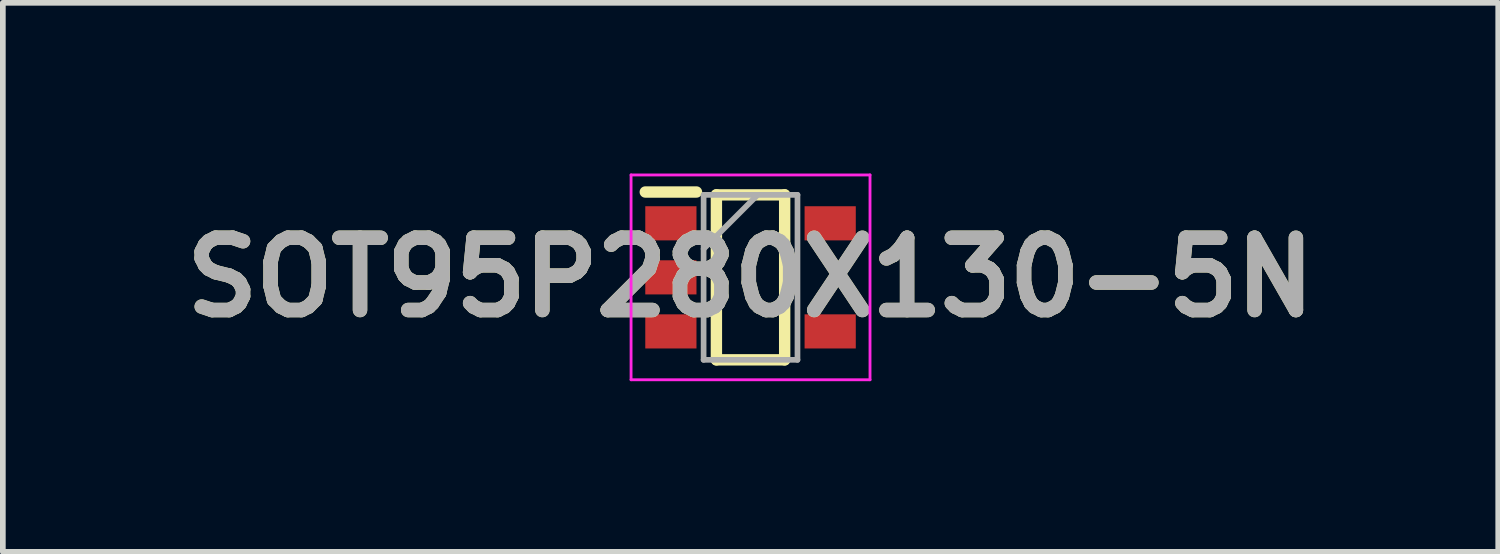
<source format=kicad_pcb>
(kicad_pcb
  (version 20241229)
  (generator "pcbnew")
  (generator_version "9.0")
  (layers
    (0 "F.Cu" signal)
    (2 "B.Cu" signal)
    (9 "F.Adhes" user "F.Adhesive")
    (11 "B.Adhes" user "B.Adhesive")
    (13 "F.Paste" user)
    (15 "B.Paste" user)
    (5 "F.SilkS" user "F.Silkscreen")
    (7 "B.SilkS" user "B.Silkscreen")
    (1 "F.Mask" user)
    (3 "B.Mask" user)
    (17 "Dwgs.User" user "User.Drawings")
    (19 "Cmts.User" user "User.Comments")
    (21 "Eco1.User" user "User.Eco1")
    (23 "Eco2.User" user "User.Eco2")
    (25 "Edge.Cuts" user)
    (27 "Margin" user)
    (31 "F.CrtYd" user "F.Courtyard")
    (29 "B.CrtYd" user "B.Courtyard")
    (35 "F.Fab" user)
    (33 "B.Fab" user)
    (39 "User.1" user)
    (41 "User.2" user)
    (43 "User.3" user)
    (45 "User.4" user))
  (footprint "SOT95P280X130-5N"
    (layer "F.Cu")
    (at 10.142 1.825)
    (property "Reference" "SOT95P280X130-5N" (at 0 0 0) (layer "F.SilkS") (effects (font (size 1.27 1.27) (thickness 0.254))))
    (attr smd)
    (fp_line (start -1.85 -1.5) (end -0.95 -1.5) (stroke (width 0.2) (type solid)) (layer "F.SilkS"))
    (fp_line (start -0.6 -1.45) (end 0.6 -1.45) (stroke (width 0.2) (type solid)) (layer "F.SilkS"))
    (fp_line (start -0.6 1.45) (end -0.6 -1.45) (stroke (width 0.2) (type solid)) (layer "F.SilkS"))
    (fp_line (start 0.6 -1.45) (end 0.6 1.45) (stroke (width 0.2) (type solid)) (layer "F.SilkS"))
    (fp_line (start 0.6 1.45) (end -0.6 1.45) (stroke (width 0.2) (type solid)) (layer "F.SilkS"))
    (fp_line (start -2.1 -1.8) (end 2.1 -1.8) (stroke (width 0.05) (type solid)) (layer "F.CrtYd"))
    (fp_line (start -2.1 1.8) (end -2.1 -1.8) (stroke (width 0.05) (type solid)) (layer "F.CrtYd"))
    (fp_line (start 2.1 -1.8) (end 2.1 1.8) (stroke (width 0.05) (type solid)) (layer "F.CrtYd"))
    (fp_line (start 2.1 1.8) (end -2.1 1.8) (stroke (width 0.05) (type solid)) (layer "F.CrtYd"))
    (fp_line (start -0.825 -1.45) (end 0.825 -1.45) (stroke (width 0.1) (type solid)) (layer "F.Fab"))
    (fp_line (start -0.825 -0.5) (end 0.125 -1.45) (stroke (width 0.1) (type solid)) (layer "F.Fab"))
    (fp_line (start -0.825 1.45) (end -0.825 -1.45) (stroke (width 0.1) (type solid)) (layer "F.Fab"))
    (fp_line (start 0.825 -1.45) (end 0.825 1.45) (stroke (width 0.1) (type solid)) (layer "F.Fab"))
    (fp_line (start 0.825 1.45) (end -0.825 1.45) (stroke (width 0.1) (type solid)) (layer "F.Fab"))
    (fp_text user "${REFERENCE}" (at 0 0 0) (layer "F.Fab") (effects (font (size 1.27 1.27) (thickness 0.254))))
    (pad "1" smd rect (at -1.4 -0.95 90) (size 0.6 0.9) (layers "F.Cu" "F.Mask" "F.Paste"))
    (pad "2" smd rect (at -1.4 0 90) (size 0.6 0.9) (layers "F.Cu" "F.Mask" "F.Paste"))
    (pad "3" smd rect (at -1.4 0.95 90) (size 0.6 0.9) (layers "F.Cu" "F.Mask" "F.Paste"))
    (pad "4" smd rect (at 1.4 0.95 90) (size 0.6 0.9) (layers "F.Cu" "F.Mask" "F.Paste"))
    (pad "5" smd rect (at 1.4 -0.95 90) (size 0.6 0.9) (layers "F.Cu" "F.Mask" "F.Paste")))
  (gr_rect
    (start -3 -3)
    (end 23.284 6.65)
    (stroke (width 0.1) (type default))
    (fill no)
    (layer "Edge.Cuts")))
</source>
